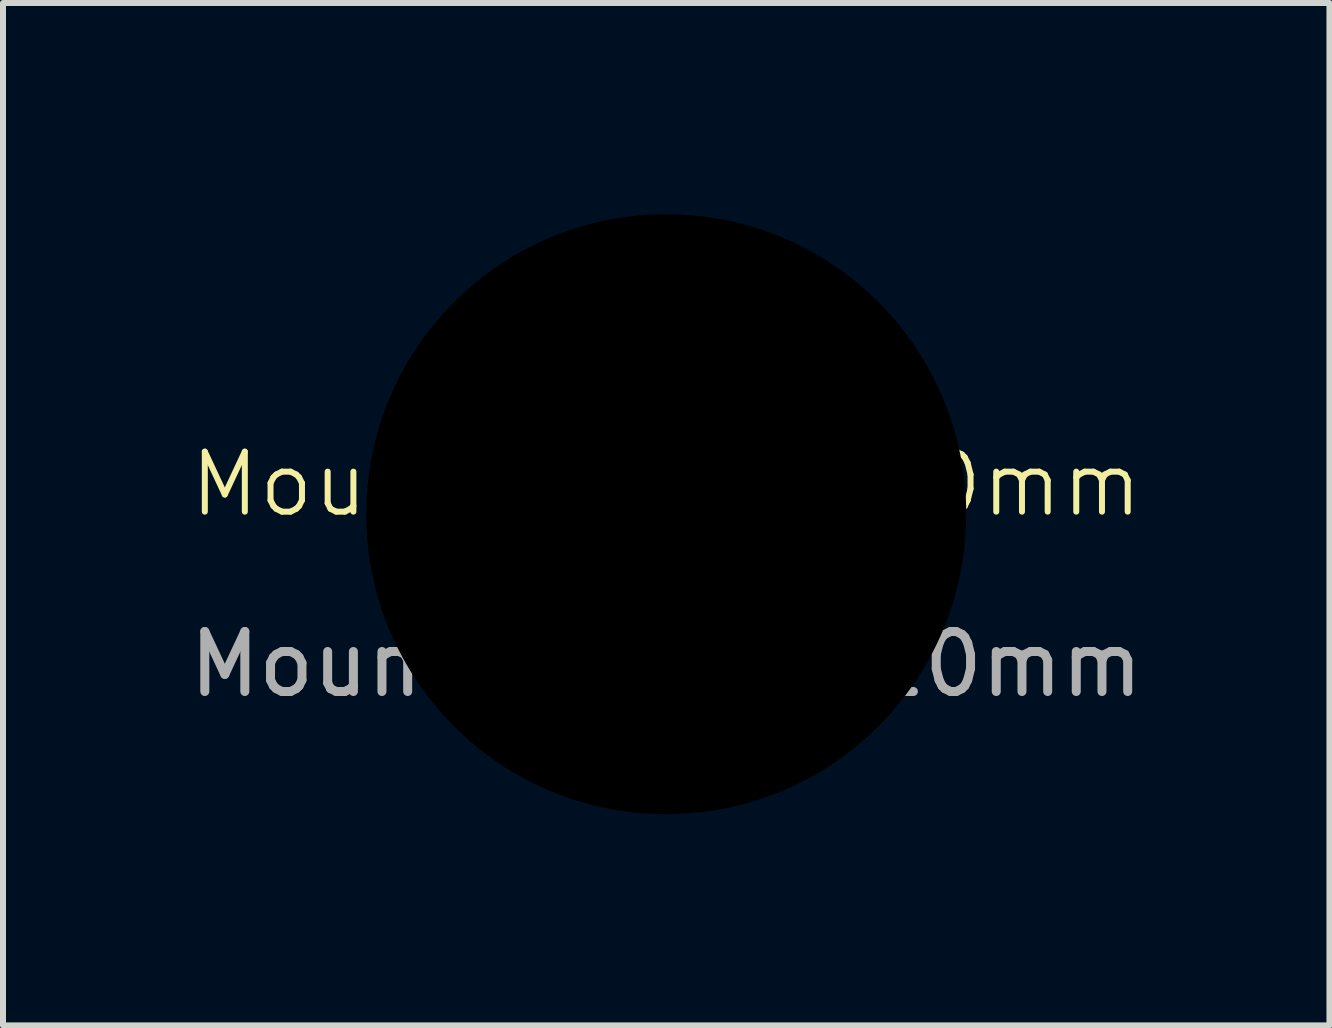
<source format=kicad_pcb>
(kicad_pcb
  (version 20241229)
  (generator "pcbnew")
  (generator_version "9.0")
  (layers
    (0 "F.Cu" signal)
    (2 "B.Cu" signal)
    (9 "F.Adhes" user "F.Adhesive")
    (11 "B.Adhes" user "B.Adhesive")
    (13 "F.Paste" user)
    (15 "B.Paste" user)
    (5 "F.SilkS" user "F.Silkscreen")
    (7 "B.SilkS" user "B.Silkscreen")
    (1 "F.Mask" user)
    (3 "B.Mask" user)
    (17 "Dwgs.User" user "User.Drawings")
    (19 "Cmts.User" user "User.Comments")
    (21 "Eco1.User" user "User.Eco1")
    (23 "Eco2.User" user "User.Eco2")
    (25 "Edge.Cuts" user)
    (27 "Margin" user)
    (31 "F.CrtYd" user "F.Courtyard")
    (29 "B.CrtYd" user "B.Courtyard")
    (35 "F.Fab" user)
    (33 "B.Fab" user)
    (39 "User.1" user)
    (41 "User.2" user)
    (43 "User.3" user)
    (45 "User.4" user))
  (footprint "MountingHole-10mm"
    (layer "F.Cu")
    (at 8.054 5.52)
    (property "Reference" "MountingHole-10mm" (at 0 -0.5 0) (unlocked yes) (layer "F.SilkS") (effects (font (size 1 1) (thickness 0.1))))
    (fp_text user "${REFERENCE}" (at 0 2.5 0) (unlocked yes) (layer "F.Fab") (effects (font (size 1 1) (thickness 0.15))))
    (pad "" np_thru_hole circle (at 0 0) (size 10 10) (drill 10) (layers "*.Mask"))
    (zone (net_name "") (layers "F.Cu" "B.Cu") (hatch none 0.5) (connect_pads) (min_thickness 0.25) (filled_areas_thickness no) (keepout (tracks not_allowed) (vias not_allowed) (pads not_allowed) (copperpour not_allowed) (footprints not_allowed)) (placement (enabled no)) (fill) (polygon (pts (xy 8.755 0.04) (xy 9.218 0.119) (xy 9.671 0.237) (xy 10.114 0.393) (xy 10.541 0.587) (xy 10.95 0.815) (xy 11.339 1.078) (xy 11.704 1.373) (xy 12.042 1.697) (xy 12.352 2.049) (xy 12.631 2.426) (xy 12.877 2.826) (xy 13.088 3.244) (xy 13.263 3.679) (xy 13.4 4.128) (xy 13.499 4.586) (xy 13.559 5.051) (xy 13.579 5.52) (xy 13.559 5.989) (xy 13.499 6.454) (xy 13.4 6.912) (xy 13.263 7.361) (xy 13.088 7.796) (xy 12.877 8.215) (xy 12.631 8.614) (xy 12.352 8.991) (xy 12.042 9.343) (xy 11.704 9.667) (xy 11.339 9.962) (xy 10.95 10.225) (xy 10.541 10.453) (xy 10.114 10.647) (xy 9.671 10.803) (xy 9.218 10.921) (xy 8.755 11) (xy 8.288 11.04) (xy 7.819 11.04) (xy 7.352 11) (xy 6.89 10.921) (xy 6.436 10.803) (xy 5.994 10.647) (xy 5.566 10.453) (xy 5.157 10.225) (xy 4.768 9.962) (xy 4.403 9.667) (xy 4.065 9.343) (xy 3.755 8.991) (xy 3.476 8.614) (xy 3.23 8.215) (xy 3.019 7.796) (xy 2.844 7.361) (xy 2.707 6.912) (xy 2.608 6.454) (xy 2.548 5.989) (xy 2.529 5.52) (xy 2.548 5.051) (xy 2.608 4.586) (xy 2.707 4.128) (xy 2.844 3.679) (xy 3.019 3.244) (xy 3.23 2.826) (xy 3.476 2.426) (xy 3.755 2.049) (xy 4.065 1.697) (xy 4.403 1.373) (xy 4.768 1.078) (xy 5.157 0.815) (xy 5.566 0.587) (xy 5.994 0.393) (xy 6.436 0.237) (xy 6.89 0.119) (xy 7.352 0.04) (xy 7.819 0) (xy 8.288 0)))))
  (gr_rect
    (start -3 -3)
    (end 19.107 14.04)
    (stroke (width 0.1) (type default))
    (fill no)
    (layer "Edge.Cuts")))
</source>
